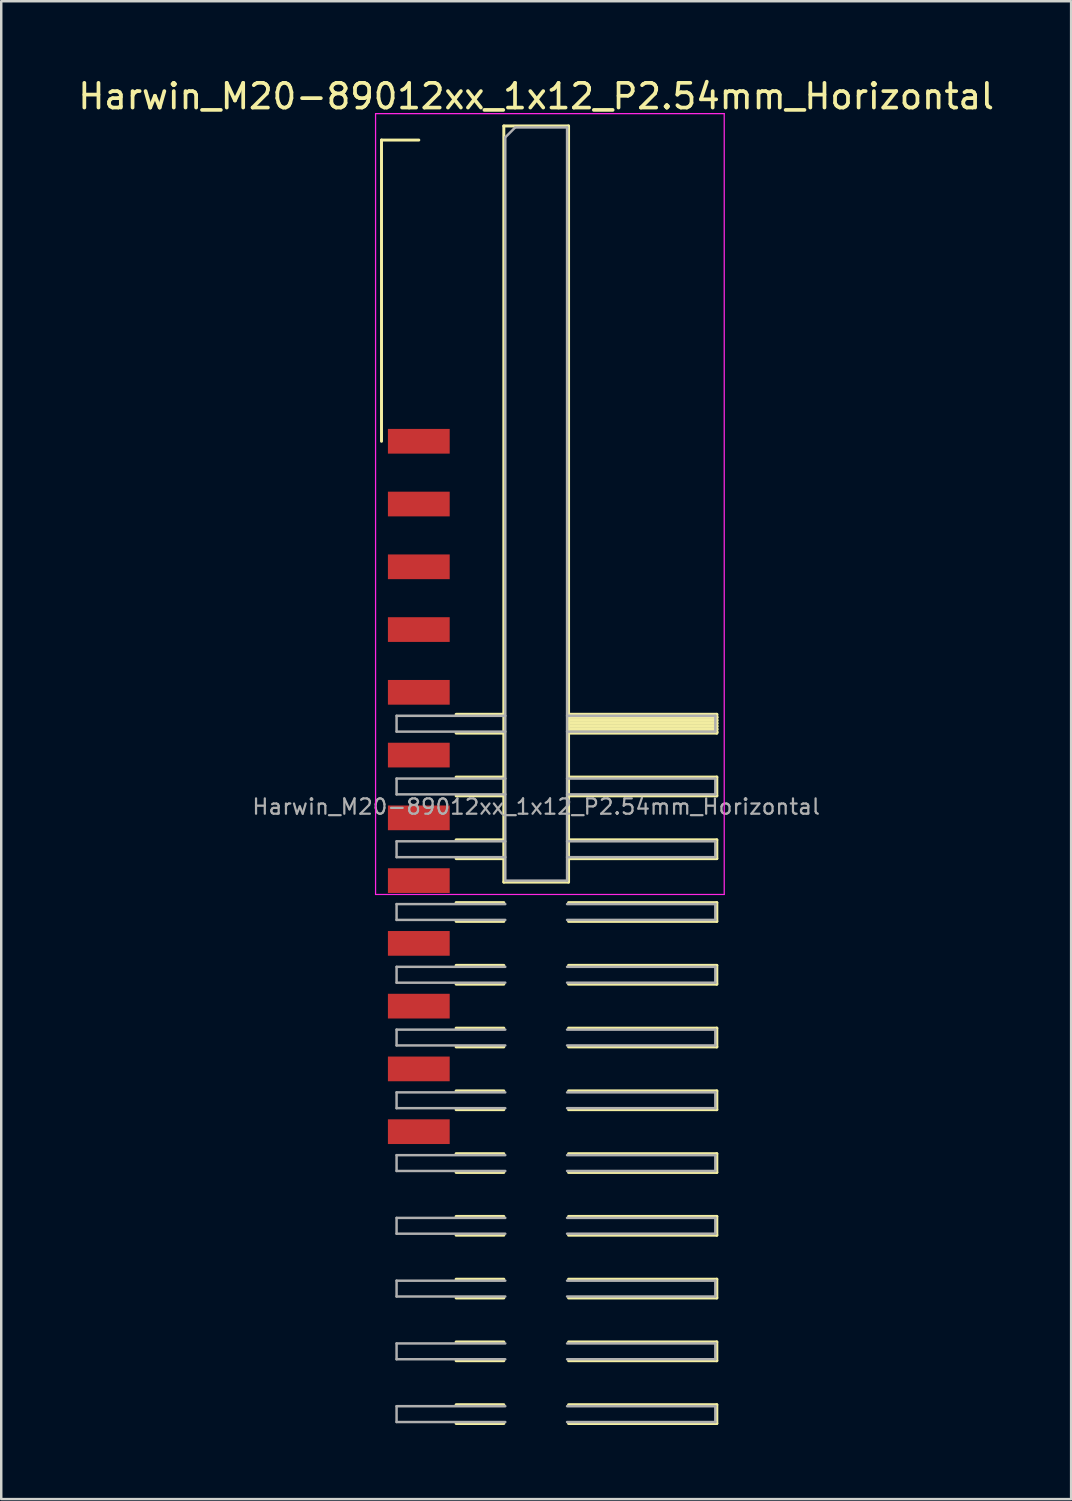
<source format=kicad_pcb>
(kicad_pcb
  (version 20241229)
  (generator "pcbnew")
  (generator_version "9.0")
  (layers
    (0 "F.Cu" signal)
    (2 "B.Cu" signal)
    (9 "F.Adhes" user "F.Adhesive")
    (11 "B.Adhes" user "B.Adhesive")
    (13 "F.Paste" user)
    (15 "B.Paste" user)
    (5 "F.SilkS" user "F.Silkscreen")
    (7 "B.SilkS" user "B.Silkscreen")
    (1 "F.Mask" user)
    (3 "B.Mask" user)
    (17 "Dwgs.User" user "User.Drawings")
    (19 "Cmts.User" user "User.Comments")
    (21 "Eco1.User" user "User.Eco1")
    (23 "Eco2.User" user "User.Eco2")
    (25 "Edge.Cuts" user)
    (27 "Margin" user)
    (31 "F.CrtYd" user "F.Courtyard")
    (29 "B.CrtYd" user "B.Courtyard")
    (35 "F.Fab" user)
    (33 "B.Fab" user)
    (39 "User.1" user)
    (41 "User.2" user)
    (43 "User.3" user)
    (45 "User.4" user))
  (footprint "Harwin_M20-89012xx_1x12_P2.54mm_Horizontal"
    (layer "F.Cu")
    (at 13.899 14.808)
    (property "Reference" "Harwin_M20-89012xx_1x12_P2.54mm_Horizontal" (at 4.75 -13.96 0) (layer "F.SilkS") (effects (font (size 1 1) (thickness 0.15))))
    (attr smd)
    (fp_line (start -1.51 -12.19) (end 0 -12.19) (stroke (width 0.12) (type solid)) (layer "F.SilkS"))
    (fp_line (start -1.51 0) (end -1.51 -12.19) (stroke (width 0.12) (type solid)) (layer "F.SilkS"))
    (fp_line (start 1.51 11.05) (end 3.44 11.05) (stroke (width 0.12) (type solid)) (layer "F.SilkS"))
    (fp_line (start 1.51 11.81) (end 3.44 11.81) (stroke (width 0.12) (type solid)) (layer "F.SilkS"))
    (fp_line (start 1.51 13.59) (end 3.44 13.59) (stroke (width 0.12) (type solid)) (layer "F.SilkS"))
    (fp_line (start 1.51 14.35) (end 3.44 14.35) (stroke (width 0.12) (type solid)) (layer "F.SilkS"))
    (fp_line (start 1.51 16.13) (end 3.44 16.13) (stroke (width 0.12) (type solid)) (layer "F.SilkS"))
    (fp_line (start 1.51 16.89) (end 3.44 16.89) (stroke (width 0.12) (type solid)) (layer "F.SilkS"))
    (fp_line (start 1.51 18.67) (end 3.44 18.67) (stroke (width 0.12) (type solid)) (layer "F.SilkS"))
    (fp_line (start 1.51 19.43) (end 3.44 19.43) (stroke (width 0.12) (type solid)) (layer "F.SilkS"))
    (fp_line (start 1.51 21.21) (end 3.44 21.21) (stroke (width 0.12) (type solid)) (layer "F.SilkS"))
    (fp_line (start 1.51 21.97) (end 3.44 21.97) (stroke (width 0.12) (type solid)) (layer "F.SilkS"))
    (fp_line (start 1.51 23.75) (end 3.44 23.75) (stroke (width 0.12) (type solid)) (layer "F.SilkS"))
    (fp_line (start 1.51 24.51) (end 3.44 24.51) (stroke (width 0.12) (type solid)) (layer "F.SilkS"))
    (fp_line (start 1.51 26.29) (end 3.44 26.29) (stroke (width 0.12) (type solid)) (layer "F.SilkS"))
    (fp_line (start 1.51 27.05) (end 3.44 27.05) (stroke (width 0.12) (type solid)) (layer "F.SilkS"))
    (fp_line (start 1.51 28.83) (end 3.44 28.83) (stroke (width 0.12) (type solid)) (layer "F.SilkS"))
    (fp_line (start 1.51 29.59) (end 3.44 29.59) (stroke (width 0.12) (type solid)) (layer "F.SilkS"))
    (fp_line (start 1.51 31.37) (end 3.44 31.37) (stroke (width 0.12) (type solid)) (layer "F.SilkS"))
    (fp_line (start 1.51 32.13) (end 3.44 32.13) (stroke (width 0.12) (type solid)) (layer "F.SilkS"))
    (fp_line (start 1.51 33.91) (end 3.44 33.91) (stroke (width 0.12) (type solid)) (layer "F.SilkS"))
    (fp_line (start 1.51 34.67) (end 3.44 34.67) (stroke (width 0.12) (type solid)) (layer "F.SilkS"))
    (fp_line (start 1.51 36.45) (end 3.44 36.45) (stroke (width 0.12) (type solid)) (layer "F.SilkS"))
    (fp_line (start 1.51 37.21) (end 3.44 37.21) (stroke (width 0.12) (type solid)) (layer "F.SilkS"))
    (fp_line (start 1.51 38.99) (end 3.44 38.99) (stroke (width 0.12) (type solid)) (layer "F.SilkS"))
    (fp_line (start 1.51 39.75) (end 3.44 39.75) (stroke (width 0.12) (type solid)) (layer "F.SilkS"))
    (fp_line (start 3.44 -12.76) (end 6.06 -12.76) (stroke (width 0.12) (type solid)) (layer "F.SilkS"))
    (fp_line (start 3.44 17.84) (end 3.44 -12.76) (stroke (width 0.12) (type solid)) (layer "F.SilkS"))
    (fp_line (start 6.06 -12.76) (end 6.06 17.84) (stroke (width 0.12) (type solid)) (layer "F.SilkS"))
    (fp_line (start 6.06 11.05) (end 12.06 11.05) (stroke (width 0.12) (type solid)) (layer "F.SilkS"))
    (fp_line (start 6.06 11.17) (end 6.06 11.17) (stroke (width 0.12) (type solid)) (layer "F.SilkS"))
    (fp_line (start 6.06 11.17) (end 12.06 11.17) (stroke (width 0.12) (type solid)) (layer "F.SilkS"))
    (fp_line (start 6.06 11.29) (end 6.06 11.29) (stroke (width 0.12) (type solid)) (layer "F.SilkS"))
    (fp_line (start 6.06 11.29) (end 12.06 11.29) (stroke (width 0.12) (type solid)) (layer "F.SilkS"))
    (fp_line (start 6.06 11.41) (end 6.06 11.41) (stroke (width 0.12) (type solid)) (layer "F.SilkS"))
    (fp_line (start 6.06 11.41) (end 12.06 11.41) (stroke (width 0.12) (type solid)) (layer "F.SilkS"))
    (fp_line (start 6.06 11.53) (end 6.06 11.53) (stroke (width 0.12) (type solid)) (layer "F.SilkS"))
    (fp_line (start 6.06 11.53) (end 12.06 11.53) (stroke (width 0.12) (type solid)) (layer "F.SilkS"))
    (fp_line (start 6.06 11.65) (end 6.06 11.65) (stroke (width 0.12) (type solid)) (layer "F.SilkS"))
    (fp_line (start 6.06 11.65) (end 12.06 11.65) (stroke (width 0.12) (type solid)) (layer "F.SilkS"))
    (fp_line (start 6.06 11.77) (end 6.06 11.77) (stroke (width 0.12) (type solid)) (layer "F.SilkS"))
    (fp_line (start 6.06 11.77) (end 12.06 11.77) (stroke (width 0.12) (type solid)) (layer "F.SilkS"))
    (fp_line (start 6.06 13.59) (end 12.06 13.59) (stroke (width 0.12) (type solid)) (layer "F.SilkS"))
    (fp_line (start 6.06 16.13) (end 12.06 16.13) (stroke (width 0.12) (type solid)) (layer "F.SilkS"))
    (fp_line (start 6.06 17.84) (end 3.44 17.84) (stroke (width 0.12) (type solid)) (layer "F.SilkS"))
    (fp_line (start 6.06 18.67) (end 12.06 18.67) (stroke (width 0.12) (type solid)) (layer "F.SilkS"))
    (fp_line (start 6.06 21.21) (end 12.06 21.21) (stroke (width 0.12) (type solid)) (layer "F.SilkS"))
    (fp_line (start 6.06 23.75) (end 12.06 23.75) (stroke (width 0.12) (type solid)) (layer "F.SilkS"))
    (fp_line (start 6.06 26.29) (end 12.06 26.29) (stroke (width 0.12) (type solid)) (layer "F.SilkS"))
    (fp_line (start 6.06 28.83) (end 12.06 28.83) (stroke (width 0.12) (type solid)) (layer "F.SilkS"))
    (fp_line (start 6.06 31.37) (end 12.06 31.37) (stroke (width 0.12) (type solid)) (layer "F.SilkS"))
    (fp_line (start 6.06 33.91) (end 12.06 33.91) (stroke (width 0.12) (type solid)) (layer "F.SilkS"))
    (fp_line (start 6.06 36.45) (end 12.06 36.45) (stroke (width 0.12) (type solid)) (layer "F.SilkS"))
    (fp_line (start 6.06 38.99) (end 12.06 38.99) (stroke (width 0.12) (type solid)) (layer "F.SilkS"))
    (fp_line (start 12.06 11.05) (end 12.06 11.81) (stroke (width 0.12) (type solid)) (layer "F.SilkS"))
    (fp_line (start 12.06 11.17) (end 6.06 11.17) (stroke (width 0.12) (type solid)) (layer "F.SilkS"))
    (fp_line (start 12.06 11.17) (end 12.06 11.17) (stroke (width 0.12) (type solid)) (layer "F.SilkS"))
    (fp_line (start 12.06 11.29) (end 6.06 11.29) (stroke (width 0.12) (type solid)) (layer "F.SilkS"))
    (fp_line (start 12.06 11.29) (end 12.06 11.29) (stroke (width 0.12) (type solid)) (layer "F.SilkS"))
    (fp_line (start 12.06 11.41) (end 6.06 11.41) (stroke (width 0.12) (type solid)) (layer "F.SilkS"))
    (fp_line (start 12.06 11.41) (end 12.06 11.41) (stroke (width 0.12) (type solid)) (layer "F.SilkS"))
    (fp_line (start 12.06 11.53) (end 6.06 11.53) (stroke (width 0.12) (type solid)) (layer "F.SilkS"))
    (fp_line (start 12.06 11.53) (end 12.06 11.53) (stroke (width 0.12) (type solid)) (layer "F.SilkS"))
    (fp_line (start 12.06 11.65) (end 6.06 11.65) (stroke (width 0.12) (type solid)) (layer "F.SilkS"))
    (fp_line (start 12.06 11.65) (end 12.06 11.65) (stroke (width 0.12) (type solid)) (layer "F.SilkS"))
    (fp_line (start 12.06 11.77) (end 6.06 11.77) (stroke (width 0.12) (type solid)) (layer "F.SilkS"))
    (fp_line (start 12.06 11.77) (end 12.06 11.77) (stroke (width 0.12) (type solid)) (layer "F.SilkS"))
    (fp_line (start 12.06 11.81) (end 6.06 11.81) (stroke (width 0.12) (type solid)) (layer "F.SilkS"))
    (fp_line (start 12.06 13.59) (end 12.06 14.35) (stroke (width 0.12) (type solid)) (layer "F.SilkS"))
    (fp_line (start 12.06 14.35) (end 6.06 14.35) (stroke (width 0.12) (type solid)) (layer "F.SilkS"))
    (fp_line (start 12.06 16.13) (end 12.06 16.89) (stroke (width 0.12) (type solid)) (layer "F.SilkS"))
    (fp_line (start 12.06 16.89) (end 6.06 16.89) (stroke (width 0.12) (type solid)) (layer "F.SilkS"))
    (fp_line (start 12.06 18.67) (end 12.06 19.43) (stroke (width 0.12) (type solid)) (layer "F.SilkS"))
    (fp_line (start 12.06 19.43) (end 6.06 19.43) (stroke (width 0.12) (type solid)) (layer "F.SilkS"))
    (fp_line (start 12.06 21.21) (end 12.06 21.97) (stroke (width 0.12) (type solid)) (layer "F.SilkS"))
    (fp_line (start 12.06 21.97) (end 6.06 21.97) (stroke (width 0.12) (type solid)) (layer "F.SilkS"))
    (fp_line (start 12.06 23.75) (end 12.06 24.51) (stroke (width 0.12) (type solid)) (layer "F.SilkS"))
    (fp_line (start 12.06 24.51) (end 6.06 24.51) (stroke (width 0.12) (type solid)) (layer "F.SilkS"))
    (fp_line (start 12.06 26.29) (end 12.06 27.05) (stroke (width 0.12) (type solid)) (layer "F.SilkS"))
    (fp_line (start 12.06 27.05) (end 6.06 27.05) (stroke (width 0.12) (type solid)) (layer "F.SilkS"))
    (fp_line (start 12.06 28.83) (end 12.06 29.59) (stroke (width 0.12) (type solid)) (layer "F.SilkS"))
    (fp_line (start 12.06 29.59) (end 6.06 29.59) (stroke (width 0.12) (type solid)) (layer "F.SilkS"))
    (fp_line (start 12.06 31.37) (end 12.06 32.13) (stroke (width 0.12) (type solid)) (layer "F.SilkS"))
    (fp_line (start 12.06 32.13) (end 6.06 32.13) (stroke (width 0.12) (type solid)) (layer "F.SilkS"))
    (fp_line (start 12.06 33.91) (end 12.06 34.67) (stroke (width 0.12) (type solid)) (layer "F.SilkS"))
    (fp_line (start 12.06 34.67) (end 6.06 34.67) (stroke (width 0.12) (type solid)) (layer "F.SilkS"))
    (fp_line (start 12.06 36.45) (end 12.06 37.21) (stroke (width 0.12) (type solid)) (layer "F.SilkS"))
    (fp_line (start 12.06 37.21) (end 6.06 37.21) (stroke (width 0.12) (type solid)) (layer "F.SilkS"))
    (fp_line (start 12.06 38.99) (end 12.06 39.75) (stroke (width 0.12) (type solid)) (layer "F.SilkS"))
    (fp_line (start 12.06 39.75) (end 6.06 39.75) (stroke (width 0.12) (type solid)) (layer "F.SilkS"))
    (fp_line (start -1.75 -13.26) (end 12.36 -13.26) (stroke (width 0.05) (type solid)) (layer "F.CrtYd"))
    (fp_line (start -1.75 18.34) (end -1.75 -13.26) (stroke (width 0.05) (type solid)) (layer "F.CrtYd"))
    (fp_line (start 12.36 -13.26) (end 12.36 18.34) (stroke (width 0.05) (type solid)) (layer "F.CrtYd"))
    (fp_line (start 12.36 18.34) (end -1.75 18.34) (stroke (width 0.05) (type solid)) (layer "F.CrtYd"))
    (fp_line (start -0.9 11.11) (end -0.9 11.75) (stroke (width 0.1) (type solid)) (layer "F.Fab"))
    (fp_line (start -0.9 11.75) (end 3.5 11.75) (stroke (width 0.1) (type solid)) (layer "F.Fab"))
    (fp_line (start -0.9 13.65) (end -0.9 14.29) (stroke (width 0.1) (type solid)) (layer "F.Fab"))
    (fp_line (start -0.9 14.29) (end 3.5 14.29) (stroke (width 0.1) (type solid)) (layer "F.Fab"))
    (fp_line (start -0.9 16.19) (end -0.9 16.83) (stroke (width 0.1) (type solid)) (layer "F.Fab"))
    (fp_line (start -0.9 16.83) (end 3.5 16.83) (stroke (width 0.1) (type solid)) (layer "F.Fab"))
    (fp_line (start -0.9 18.73) (end -0.9 19.37) (stroke (width 0.1) (type solid)) (layer "F.Fab"))
    (fp_line (start -0.9 19.37) (end 3.5 19.37) (stroke (width 0.1) (type solid)) (layer "F.Fab"))
    (fp_line (start -0.9 21.27) (end -0.9 21.91) (stroke (width 0.1) (type solid)) (layer "F.Fab"))
    (fp_line (start -0.9 21.91) (end 3.5 21.91) (stroke (width 0.1) (type solid)) (layer "F.Fab"))
    (fp_line (start -0.9 23.81) (end -0.9 24.45) (stroke (width 0.1) (type solid)) (layer "F.Fab"))
    (fp_line (start -0.9 24.45) (end 3.5 24.45) (stroke (width 0.1) (type solid)) (layer "F.Fab"))
    (fp_line (start -0.9 26.35) (end -0.9 26.99) (stroke (width 0.1) (type solid)) (layer "F.Fab"))
    (fp_line (start -0.9 26.99) (end 3.5 26.99) (stroke (width 0.1) (type solid)) (layer "F.Fab"))
    (fp_line (start -0.9 28.89) (end -0.9 29.53) (stroke (width 0.1) (type solid)) (layer "F.Fab"))
    (fp_line (start -0.9 29.53) (end 3.5 29.53) (stroke (width 0.1) (type solid)) (layer "F.Fab"))
    (fp_line (start -0.9 31.43) (end -0.9 32.07) (stroke (width 0.1) (type solid)) (layer "F.Fab"))
    (fp_line (start -0.9 32.07) (end 3.5 32.07) (stroke (width 0.1) (type solid)) (layer "F.Fab"))
    (fp_line (start -0.9 33.97) (end -0.9 34.61) (stroke (width 0.1) (type solid)) (layer "F.Fab"))
    (fp_line (start -0.9 34.61) (end 3.5 34.61) (stroke (width 0.1) (type solid)) (layer "F.Fab"))
    (fp_line (start -0.9 36.51) (end -0.9 37.15) (stroke (width 0.1) (type solid)) (layer "F.Fab"))
    (fp_line (start -0.9 37.15) (end 3.5 37.15) (stroke (width 0.1) (type solid)) (layer "F.Fab"))
    (fp_line (start -0.9 39.05) (end -0.9 39.69) (stroke (width 0.1) (type solid)) (layer "F.Fab"))
    (fp_line (start -0.9 39.69) (end 3.5 39.69) (stroke (width 0.1) (type solid)) (layer "F.Fab"))
    (fp_line (start 3.5 -12.3) (end 3.9 -12.7) (stroke (width 0.1) (type solid)) (layer "F.Fab"))
    (fp_line (start 3.5 11.11) (end -0.9 11.11) (stroke (width 0.1) (type solid)) (layer "F.Fab"))
    (fp_line (start 3.5 13.65) (end -0.9 13.65) (stroke (width 0.1) (type solid)) (layer "F.Fab"))
    (fp_line (start 3.5 16.19) (end -0.9 16.19) (stroke (width 0.1) (type solid)) (layer "F.Fab"))
    (fp_line (start 3.5 17.78) (end 3.5 -12.3) (stroke (width 0.1) (type solid)) (layer "F.Fab"))
    (fp_line (start 3.5 18.73) (end -0.9 18.73) (stroke (width 0.1) (type solid)) (layer "F.Fab"))
    (fp_line (start 3.5 21.27) (end -0.9 21.27) (stroke (width 0.1) (type solid)) (layer "F.Fab"))
    (fp_line (start 3.5 23.81) (end -0.9 23.81) (stroke (width 0.1) (type solid)) (layer "F.Fab"))
    (fp_line (start 3.5 26.35) (end -0.9 26.35) (stroke (width 0.1) (type solid)) (layer "F.Fab"))
    (fp_line (start 3.5 28.89) (end -0.9 28.89) (stroke (width 0.1) (type solid)) (layer "F.Fab"))
    (fp_line (start 3.5 31.43) (end -0.9 31.43) (stroke (width 0.1) (type solid)) (layer "F.Fab"))
    (fp_line (start 3.5 33.97) (end -0.9 33.97) (stroke (width 0.1) (type solid)) (layer "F.Fab"))
    (fp_line (start 3.5 36.51) (end -0.9 36.51) (stroke (width 0.1) (type solid)) (layer "F.Fab"))
    (fp_line (start 3.5 39.05) (end -0.9 39.05) (stroke (width 0.1) (type solid)) (layer "F.Fab"))
    (fp_line (start 3.9 -12.7) (end 6 -12.7) (stroke (width 0.1) (type solid)) (layer "F.Fab"))
    (fp_line (start 6 -12.7) (end 6 17.78) (stroke (width 0.1) (type solid)) (layer "F.Fab"))
    (fp_line (start 6 11.11) (end 12 11.11) (stroke (width 0.1) (type solid)) (layer "F.Fab"))
    (fp_line (start 6 13.65) (end 12 13.65) (stroke (width 0.1) (type solid)) (layer "F.Fab"))
    (fp_line (start 6 16.19) (end 12 16.19) (stroke (width 0.1) (type solid)) (layer "F.Fab"))
    (fp_line (start 6 17.78) (end 3.5 17.78) (stroke (width 0.1) (type solid)) (layer "F.Fab"))
    (fp_line (start 6 18.73) (end 12 18.73) (stroke (width 0.1) (type solid)) (layer "F.Fab"))
    (fp_line (start 6 21.27) (end 12 21.27) (stroke (width 0.1) (type solid)) (layer "F.Fab"))
    (fp_line (start 6 23.81) (end 12 23.81) (stroke (width 0.1) (type solid)) (layer "F.Fab"))
    (fp_line (start 6 26.35) (end 12 26.35) (stroke (width 0.1) (type solid)) (layer "F.Fab"))
    (fp_line (start 6 28.89) (end 12 28.89) (stroke (width 0.1) (type solid)) (layer "F.Fab"))
    (fp_line (start 6 31.43) (end 12 31.43) (stroke (width 0.1) (type solid)) (layer "F.Fab"))
    (fp_line (start 6 33.97) (end 12 33.97) (stroke (width 0.1) (type solid)) (layer "F.Fab"))
    (fp_line (start 6 36.51) (end 12 36.51) (stroke (width 0.1) (type solid)) (layer "F.Fab"))
    (fp_line (start 6 39.05) (end 12 39.05) (stroke (width 0.1) (type solid)) (layer "F.Fab"))
    (fp_line (start 12 11.11) (end 12 11.75) (stroke (width 0.1) (type solid)) (layer "F.Fab"))
    (fp_line (start 12 11.75) (end 6 11.75) (stroke (width 0.1) (type solid)) (layer "F.Fab"))
    (fp_line (start 12 13.65) (end 12 14.29) (stroke (width 0.1) (type solid)) (layer "F.Fab"))
    (fp_line (start 12 14.29) (end 6 14.29) (stroke (width 0.1) (type solid)) (layer "F.Fab"))
    (fp_line (start 12 16.19) (end 12 16.83) (stroke (width 0.1) (type solid)) (layer "F.Fab"))
    (fp_line (start 12 16.83) (end 6 16.83) (stroke (width 0.1) (type solid)) (layer "F.Fab"))
    (fp_line (start 12 18.73) (end 12 19.37) (stroke (width 0.1) (type solid)) (layer "F.Fab"))
    (fp_line (start 12 19.37) (end 6 19.37) (stroke (width 0.1) (type solid)) (layer "F.Fab"))
    (fp_line (start 12 21.27) (end 12 21.91) (stroke (width 0.1) (type solid)) (layer "F.Fab"))
    (fp_line (start 12 21.91) (end 6 21.91) (stroke (width 0.1) (type solid)) (layer "F.Fab"))
    (fp_line (start 12 23.81) (end 12 24.45) (stroke (width 0.1) (type solid)) (layer "F.Fab"))
    (fp_line (start 12 24.45) (end 6 24.45) (stroke (width 0.1) (type solid)) (layer "F.Fab"))
    (fp_line (start 12 26.35) (end 12 26.99) (stroke (width 0.1) (type solid)) (layer "F.Fab"))
    (fp_line (start 12 26.99) (end 6 26.99) (stroke (width 0.1) (type solid)) (layer "F.Fab"))
    (fp_line (start 12 28.89) (end 12 29.53) (stroke (width 0.1) (type solid)) (layer "F.Fab"))
    (fp_line (start 12 29.53) (end 6 29.53) (stroke (width 0.1) (type solid)) (layer "F.Fab"))
    (fp_line (start 12 31.43) (end 12 32.07) (stroke (width 0.1) (type solid)) (layer "F.Fab"))
    (fp_line (start 12 32.07) (end 6 32.07) (stroke (width 0.1) (type solid)) (layer "F.Fab"))
    (fp_line (start 12 33.97) (end 12 34.61) (stroke (width 0.1) (type solid)) (layer "F.Fab"))
    (fp_line (start 12 34.61) (end 6 34.61) (stroke (width 0.1) (type solid)) (layer "F.Fab"))
    (fp_line (start 12 36.51) (end 12 37.15) (stroke (width 0.1) (type solid)) (layer "F.Fab"))
    (fp_line (start 12 37.15) (end 6 37.15) (stroke (width 0.1) (type solid)) (layer "F.Fab"))
    (fp_line (start 12 39.05) (end 12 39.69) (stroke (width 0.1) (type solid)) (layer "F.Fab"))
    (fp_line (start 12 39.69) (end 6 39.69) (stroke (width 0.1) (type solid)) (layer "F.Fab"))
    (fp_text user "${REFERENCE}" (at 4.75 14.79 0) (layer "F.Fab") (effects (font (size 0.62 0.62) (thickness 0.09))))
    (pad "1" smd rect (at 0 0) (size 2.5 1) (layers "F.Cu" "F.Mask" "F.Paste"))
    (pad "2" smd rect (at 0 2.54) (size 2.5 1) (layers "F.Cu" "F.Mask" "F.Paste"))
    (pad "3" smd rect (at 0 5.08) (size 2.5 1) (layers "F.Cu" "F.Mask" "F.Paste"))
    (pad "4" smd rect (at 0 7.62) (size 2.5 1) (layers "F.Cu" "F.Mask" "F.Paste"))
    (pad "5" smd rect (at 0 10.16) (size 2.5 1) (layers "F.Cu" "F.Mask" "F.Paste"))
    (pad "6" smd rect (at 0 12.7) (size 2.5 1) (layers "F.Cu" "F.Mask" "F.Paste"))
    (pad "7" smd rect (at 0 15.24) (size 2.5 1) (layers "F.Cu" "F.Mask" "F.Paste"))
    (pad "8" smd rect (at 0 17.78) (size 2.5 1) (layers "F.Cu" "F.Mask" "F.Paste"))
    (pad "9" smd rect (at 0 20.32) (size 2.5 1) (layers "F.Cu" "F.Mask" "F.Paste"))
    (pad "10" smd rect (at 0 22.86) (size 2.5 1) (layers "F.Cu" "F.Mask" "F.Paste"))
    (pad "11" smd rect (at 0 25.4) (size 2.5 1) (layers "F.Cu" "F.Mask" "F.Paste"))
    (pad "12" smd rect (at 0 27.94) (size 2.5 1) (layers "F.Cu" "F.Mask" "F.Paste")))
  (gr_rect
    (start -3 -3)
    (end 40.298 57.618)
    (stroke (width 0.1) (type default))
    (fill no)
    (layer "Edge.Cuts")))
</source>
